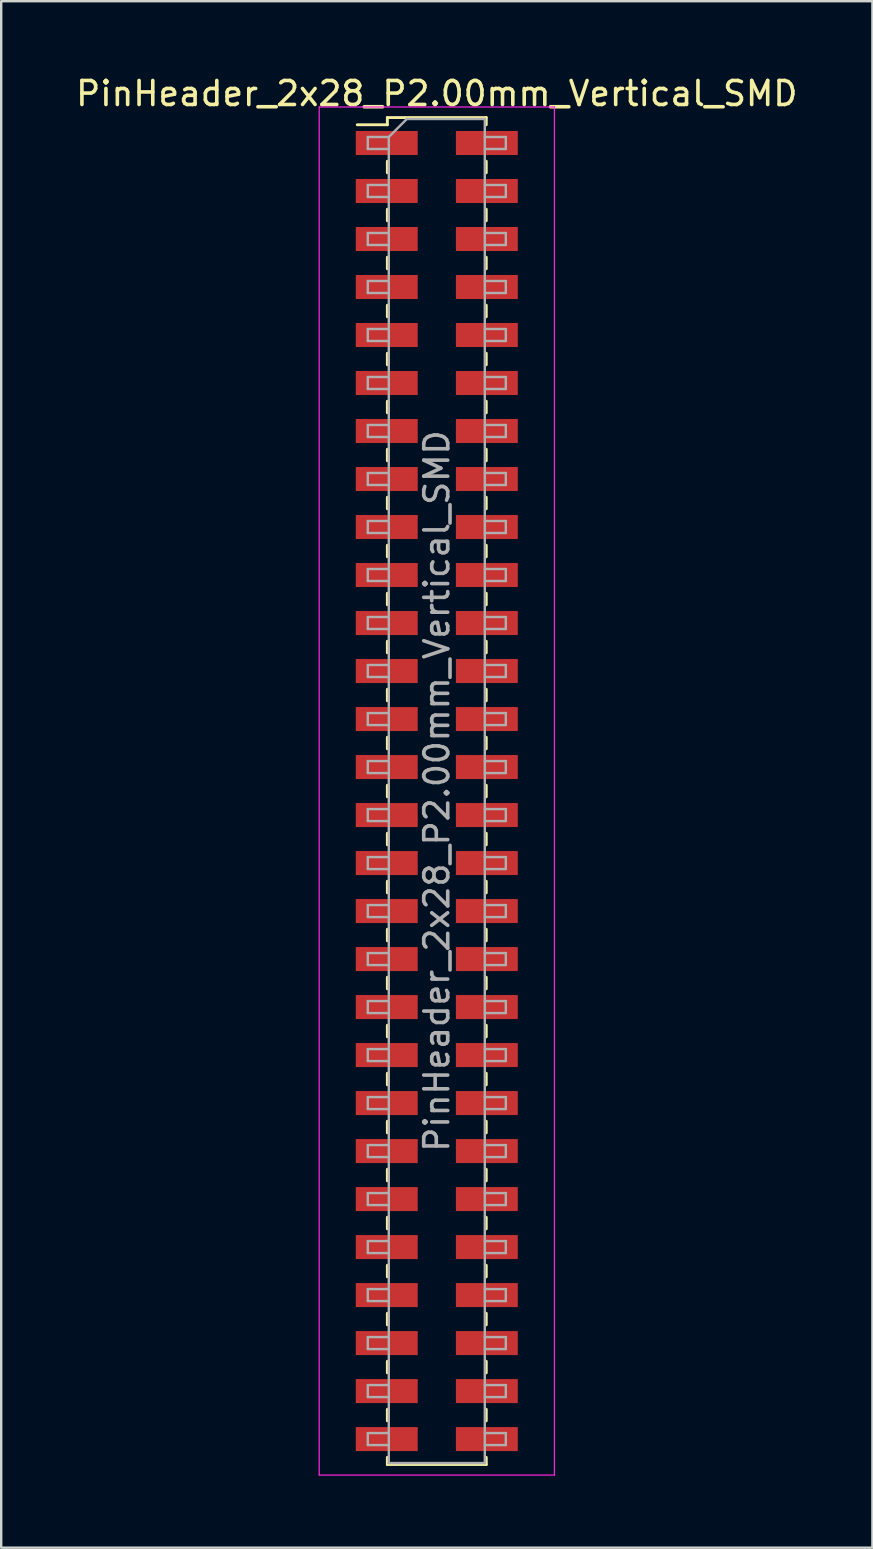
<source format=kicad_pcb>
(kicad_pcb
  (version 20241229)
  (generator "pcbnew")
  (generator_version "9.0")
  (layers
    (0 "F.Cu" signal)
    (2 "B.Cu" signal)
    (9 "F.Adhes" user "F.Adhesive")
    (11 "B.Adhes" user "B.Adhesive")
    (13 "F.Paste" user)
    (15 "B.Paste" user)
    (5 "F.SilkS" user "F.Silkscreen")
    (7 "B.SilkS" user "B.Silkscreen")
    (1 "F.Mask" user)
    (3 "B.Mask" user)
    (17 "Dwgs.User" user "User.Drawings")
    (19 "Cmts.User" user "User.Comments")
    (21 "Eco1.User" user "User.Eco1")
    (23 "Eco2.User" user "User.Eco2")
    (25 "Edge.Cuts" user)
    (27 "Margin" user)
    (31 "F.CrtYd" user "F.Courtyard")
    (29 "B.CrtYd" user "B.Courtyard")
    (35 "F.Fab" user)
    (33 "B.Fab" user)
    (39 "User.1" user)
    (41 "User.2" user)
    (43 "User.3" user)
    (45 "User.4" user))
  (footprint "PinHeader_2x28_P2.00mm_Vertical_SMD"
    (layer "F.Cu")
    (at 15.149 29.908)
    (property "Reference" "PinHeader_2x28_P2.00mm_Vertical_SMD" (at 0 -29.06 0) (layer "F.SilkS") (effects (font (size 1 1) (thickness 0.15))))
    (attr smd)
    (fp_line (start -3.315 -27.76) (end -2.06 -27.76) (stroke (width 0.12) (type solid)) (layer "F.SilkS"))
    (fp_line (start -2.06 -28.06) (end -2.06 -27.76) (stroke (width 0.12) (type solid)) (layer "F.SilkS"))
    (fp_line (start -2.06 -28.06) (end 2.06 -28.06) (stroke (width 0.12) (type solid)) (layer "F.SilkS"))
    (fp_line (start -2.06 -26.24) (end -2.06 -25.76) (stroke (width 0.12) (type solid)) (layer "F.SilkS"))
    (fp_line (start -2.06 -24.24) (end -2.06 -23.76) (stroke (width 0.12) (type solid)) (layer "F.SilkS"))
    (fp_line (start -2.06 -22.24) (end -2.06 -21.76) (stroke (width 0.12) (type solid)) (layer "F.SilkS"))
    (fp_line (start -2.06 -20.24) (end -2.06 -19.76) (stroke (width 0.12) (type solid)) (layer "F.SilkS"))
    (fp_line (start -2.06 -18.24) (end -2.06 -17.76) (stroke (width 0.12) (type solid)) (layer "F.SilkS"))
    (fp_line (start -2.06 -16.24) (end -2.06 -15.76) (stroke (width 0.12) (type solid)) (layer "F.SilkS"))
    (fp_line (start -2.06 -14.24) (end -2.06 -13.76) (stroke (width 0.12) (type solid)) (layer "F.SilkS"))
    (fp_line (start -2.06 -12.24) (end -2.06 -11.76) (stroke (width 0.12) (type solid)) (layer "F.SilkS"))
    (fp_line (start -2.06 -10.24) (end -2.06 -9.76) (stroke (width 0.12) (type solid)) (layer "F.SilkS"))
    (fp_line (start -2.06 -8.24) (end -2.06 -7.76) (stroke (width 0.12) (type solid)) (layer "F.SilkS"))
    (fp_line (start -2.06 -6.24) (end -2.06 -5.76) (stroke (width 0.12) (type solid)) (layer "F.SilkS"))
    (fp_line (start -2.06 -4.24) (end -2.06 -3.76) (stroke (width 0.12) (type solid)) (layer "F.SilkS"))
    (fp_line (start -2.06 -2.24) (end -2.06 -1.76) (stroke (width 0.12) (type solid)) (layer "F.SilkS"))
    (fp_line (start -2.06 -0.24) (end -2.06 0.24) (stroke (width 0.12) (type solid)) (layer "F.SilkS"))
    (fp_line (start -2.06 1.76) (end -2.06 2.24) (stroke (width 0.12) (type solid)) (layer "F.SilkS"))
    (fp_line (start -2.06 3.76) (end -2.06 4.24) (stroke (width 0.12) (type solid)) (layer "F.SilkS"))
    (fp_line (start -2.06 5.76) (end -2.06 6.24) (stroke (width 0.12) (type solid)) (layer "F.SilkS"))
    (fp_line (start -2.06 7.76) (end -2.06 8.24) (stroke (width 0.12) (type solid)) (layer "F.SilkS"))
    (fp_line (start -2.06 9.76) (end -2.06 10.24) (stroke (width 0.12) (type solid)) (layer "F.SilkS"))
    (fp_line (start -2.06 11.76) (end -2.06 12.24) (stroke (width 0.12) (type solid)) (layer "F.SilkS"))
    (fp_line (start -2.06 13.76) (end -2.06 14.24) (stroke (width 0.12) (type solid)) (layer "F.SilkS"))
    (fp_line (start -2.06 15.76) (end -2.06 16.24) (stroke (width 0.12) (type solid)) (layer "F.SilkS"))
    (fp_line (start -2.06 17.76) (end -2.06 18.24) (stroke (width 0.12) (type solid)) (layer "F.SilkS"))
    (fp_line (start -2.06 19.76) (end -2.06 20.24) (stroke (width 0.12) (type solid)) (layer "F.SilkS"))
    (fp_line (start -2.06 21.76) (end -2.06 22.24) (stroke (width 0.12) (type solid)) (layer "F.SilkS"))
    (fp_line (start -2.06 23.76) (end -2.06 24.24) (stroke (width 0.12) (type solid)) (layer "F.SilkS"))
    (fp_line (start -2.06 25.76) (end -2.06 26.24) (stroke (width 0.12) (type solid)) (layer "F.SilkS"))
    (fp_line (start -2.06 27.76) (end -2.06 28.06) (stroke (width 0.12) (type solid)) (layer "F.SilkS"))
    (fp_line (start -2.06 28.06) (end 2.06 28.06) (stroke (width 0.12) (type solid)) (layer "F.SilkS"))
    (fp_line (start 2.06 -28.06) (end 2.06 -27.76) (stroke (width 0.12) (type solid)) (layer "F.SilkS"))
    (fp_line (start 2.06 -26.24) (end 2.06 -25.76) (stroke (width 0.12) (type solid)) (layer "F.SilkS"))
    (fp_line (start 2.06 -24.24) (end 2.06 -23.76) (stroke (width 0.12) (type solid)) (layer "F.SilkS"))
    (fp_line (start 2.06 -22.24) (end 2.06 -21.76) (stroke (width 0.12) (type solid)) (layer "F.SilkS"))
    (fp_line (start 2.06 -20.24) (end 2.06 -19.76) (stroke (width 0.12) (type solid)) (layer "F.SilkS"))
    (fp_line (start 2.06 -18.24) (end 2.06 -17.76) (stroke (width 0.12) (type solid)) (layer "F.SilkS"))
    (fp_line (start 2.06 -16.24) (end 2.06 -15.76) (stroke (width 0.12) (type solid)) (layer "F.SilkS"))
    (fp_line (start 2.06 -14.24) (end 2.06 -13.76) (stroke (width 0.12) (type solid)) (layer "F.SilkS"))
    (fp_line (start 2.06 -12.24) (end 2.06 -11.76) (stroke (width 0.12) (type solid)) (layer "F.SilkS"))
    (fp_line (start 2.06 -10.24) (end 2.06 -9.76) (stroke (width 0.12) (type solid)) (layer "F.SilkS"))
    (fp_line (start 2.06 -8.24) (end 2.06 -7.76) (stroke (width 0.12) (type solid)) (layer "F.SilkS"))
    (fp_line (start 2.06 -6.24) (end 2.06 -5.76) (stroke (width 0.12) (type solid)) (layer "F.SilkS"))
    (fp_line (start 2.06 -4.24) (end 2.06 -3.76) (stroke (width 0.12) (type solid)) (layer "F.SilkS"))
    (fp_line (start 2.06 -2.24) (end 2.06 -1.76) (stroke (width 0.12) (type solid)) (layer "F.SilkS"))
    (fp_line (start 2.06 -0.24) (end 2.06 0.24) (stroke (width 0.12) (type solid)) (layer "F.SilkS"))
    (fp_line (start 2.06 1.76) (end 2.06 2.24) (stroke (width 0.12) (type solid)) (layer "F.SilkS"))
    (fp_line (start 2.06 3.76) (end 2.06 4.24) (stroke (width 0.12) (type solid)) (layer "F.SilkS"))
    (fp_line (start 2.06 5.76) (end 2.06 6.24) (stroke (width 0.12) (type solid)) (layer "F.SilkS"))
    (fp_line (start 2.06 7.76) (end 2.06 8.24) (stroke (width 0.12) (type solid)) (layer "F.SilkS"))
    (fp_line (start 2.06 9.76) (end 2.06 10.24) (stroke (width 0.12) (type solid)) (layer "F.SilkS"))
    (fp_line (start 2.06 11.76) (end 2.06 12.24) (stroke (width 0.12) (type solid)) (layer "F.SilkS"))
    (fp_line (start 2.06 13.76) (end 2.06 14.24) (stroke (width 0.12) (type solid)) (layer "F.SilkS"))
    (fp_line (start 2.06 15.76) (end 2.06 16.24) (stroke (width 0.12) (type solid)) (layer "F.SilkS"))
    (fp_line (start 2.06 17.76) (end 2.06 18.24) (stroke (width 0.12) (type solid)) (layer "F.SilkS"))
    (fp_line (start 2.06 19.76) (end 2.06 20.24) (stroke (width 0.12) (type solid)) (layer "F.SilkS"))
    (fp_line (start 2.06 21.76) (end 2.06 22.24) (stroke (width 0.12) (type solid)) (layer "F.SilkS"))
    (fp_line (start 2.06 23.76) (end 2.06 24.24) (stroke (width 0.12) (type solid)) (layer "F.SilkS"))
    (fp_line (start 2.06 25.76) (end 2.06 26.24) (stroke (width 0.12) (type solid)) (layer "F.SilkS"))
    (fp_line (start 2.06 27.76) (end 2.06 28.06) (stroke (width 0.12) (type solid)) (layer "F.SilkS"))
    (fp_line (start -4.9 -28.5) (end -4.9 28.5) (stroke (width 0.05) (type solid)) (layer "F.CrtYd"))
    (fp_line (start -4.9 28.5) (end 4.9 28.5) (stroke (width 0.05) (type solid)) (layer "F.CrtYd"))
    (fp_line (start 4.9 -28.5) (end -4.9 -28.5) (stroke (width 0.05) (type solid)) (layer "F.CrtYd"))
    (fp_line (start 4.9 28.5) (end 4.9 -28.5) (stroke (width 0.05) (type solid)) (layer "F.CrtYd"))
    (fp_line (start -2.875 -27.25) (end -2.875 -26.75) (stroke (width 0.1) (type solid)) (layer "F.Fab"))
    (fp_line (start -2.875 -26.75) (end -2 -26.75) (stroke (width 0.1) (type solid)) (layer "F.Fab"))
    (fp_line (start -2.875 -25.25) (end -2.875 -24.75) (stroke (width 0.1) (type solid)) (layer "F.Fab"))
    (fp_line (start -2.875 -24.75) (end -2 -24.75) (stroke (width 0.1) (type solid)) (layer "F.Fab"))
    (fp_line (start -2.875 -23.25) (end -2.875 -22.75) (stroke (width 0.1) (type solid)) (layer "F.Fab"))
    (fp_line (start -2.875 -22.75) (end -2 -22.75) (stroke (width 0.1) (type solid)) (layer "F.Fab"))
    (fp_line (start -2.875 -21.25) (end -2.875 -20.75) (stroke (width 0.1) (type solid)) (layer "F.Fab"))
    (fp_line (start -2.875 -20.75) (end -2 -20.75) (stroke (width 0.1) (type solid)) (layer "F.Fab"))
    (fp_line (start -2.875 -19.25) (end -2.875 -18.75) (stroke (width 0.1) (type solid)) (layer "F.Fab"))
    (fp_line (start -2.875 -18.75) (end -2 -18.75) (stroke (width 0.1) (type solid)) (layer "F.Fab"))
    (fp_line (start -2.875 -17.25) (end -2.875 -16.75) (stroke (width 0.1) (type solid)) (layer "F.Fab"))
    (fp_line (start -2.875 -16.75) (end -2 -16.75) (stroke (width 0.1) (type solid)) (layer "F.Fab"))
    (fp_line (start -2.875 -15.25) (end -2.875 -14.75) (stroke (width 0.1) (type solid)) (layer "F.Fab"))
    (fp_line (start -2.875 -14.75) (end -2 -14.75) (stroke (width 0.1) (type solid)) (layer "F.Fab"))
    (fp_line (start -2.875 -13.25) (end -2.875 -12.75) (stroke (width 0.1) (type solid)) (layer "F.Fab"))
    (fp_line (start -2.875 -12.75) (end -2 -12.75) (stroke (width 0.1) (type solid)) (layer "F.Fab"))
    (fp_line (start -2.875 -11.25) (end -2.875 -10.75) (stroke (width 0.1) (type solid)) (layer "F.Fab"))
    (fp_line (start -2.875 -10.75) (end -2 -10.75) (stroke (width 0.1) (type solid)) (layer "F.Fab"))
    (fp_line (start -2.875 -9.25) (end -2.875 -8.75) (stroke (width 0.1) (type solid)) (layer "F.Fab"))
    (fp_line (start -2.875 -8.75) (end -2 -8.75) (stroke (width 0.1) (type solid)) (layer "F.Fab"))
    (fp_line (start -2.875 -7.25) (end -2.875 -6.75) (stroke (width 0.1) (type solid)) (layer "F.Fab"))
    (fp_line (start -2.875 -6.75) (end -2 -6.75) (stroke (width 0.1) (type solid)) (layer "F.Fab"))
    (fp_line (start -2.875 -5.25) (end -2.875 -4.75) (stroke (width 0.1) (type solid)) (layer "F.Fab"))
    (fp_line (start -2.875 -4.75) (end -2 -4.75) (stroke (width 0.1) (type solid)) (layer "F.Fab"))
    (fp_line (start -2.875 -3.25) (end -2.875 -2.75) (stroke (width 0.1) (type solid)) (layer "F.Fab"))
    (fp_line (start -2.875 -2.75) (end -2 -2.75) (stroke (width 0.1) (type solid)) (layer "F.Fab"))
    (fp_line (start -2.875 -1.25) (end -2.875 -0.75) (stroke (width 0.1) (type solid)) (layer "F.Fab"))
    (fp_line (start -2.875 -0.75) (end -2 -0.75) (stroke (width 0.1) (type solid)) (layer "F.Fab"))
    (fp_line (start -2.875 0.75) (end -2.875 1.25) (stroke (width 0.1) (type solid)) (layer "F.Fab"))
    (fp_line (start -2.875 1.25) (end -2 1.25) (stroke (width 0.1) (type solid)) (layer "F.Fab"))
    (fp_line (start -2.875 2.75) (end -2.875 3.25) (stroke (width 0.1) (type solid)) (layer "F.Fab"))
    (fp_line (start -2.875 3.25) (end -2 3.25) (stroke (width 0.1) (type solid)) (layer "F.Fab"))
    (fp_line (start -2.875 4.75) (end -2.875 5.25) (stroke (width 0.1) (type solid)) (layer "F.Fab"))
    (fp_line (start -2.875 5.25) (end -2 5.25) (stroke (width 0.1) (type solid)) (layer "F.Fab"))
    (fp_line (start -2.875 6.75) (end -2.875 7.25) (stroke (width 0.1) (type solid)) (layer "F.Fab"))
    (fp_line (start -2.875 7.25) (end -2 7.25) (stroke (width 0.1) (type solid)) (layer "F.Fab"))
    (fp_line (start -2.875 8.75) (end -2.875 9.25) (stroke (width 0.1) (type solid)) (layer "F.Fab"))
    (fp_line (start -2.875 9.25) (end -2 9.25) (stroke (width 0.1) (type solid)) (layer "F.Fab"))
    (fp_line (start -2.875 10.75) (end -2.875 11.25) (stroke (width 0.1) (type solid)) (layer "F.Fab"))
    (fp_line (start -2.875 11.25) (end -2 11.25) (stroke (width 0.1) (type solid)) (layer "F.Fab"))
    (fp_line (start -2.875 12.75) (end -2.875 13.25) (stroke (width 0.1) (type solid)) (layer "F.Fab"))
    (fp_line (start -2.875 13.25) (end -2 13.25) (stroke (width 0.1) (type solid)) (layer "F.Fab"))
    (fp_line (start -2.875 14.75) (end -2.875 15.25) (stroke (width 0.1) (type solid)) (layer "F.Fab"))
    (fp_line (start -2.875 15.25) (end -2 15.25) (stroke (width 0.1) (type solid)) (layer "F.Fab"))
    (fp_line (start -2.875 16.75) (end -2.875 17.25) (stroke (width 0.1) (type solid)) (layer "F.Fab"))
    (fp_line (start -2.875 17.25) (end -2 17.25) (stroke (width 0.1) (type solid)) (layer "F.Fab"))
    (fp_line (start -2.875 18.75) (end -2.875 19.25) (stroke (width 0.1) (type solid)) (layer "F.Fab"))
    (fp_line (start -2.875 19.25) (end -2 19.25) (stroke (width 0.1) (type solid)) (layer "F.Fab"))
    (fp_line (start -2.875 20.75) (end -2.875 21.25) (stroke (width 0.1) (type solid)) (layer "F.Fab"))
    (fp_line (start -2.875 21.25) (end -2 21.25) (stroke (width 0.1) (type solid)) (layer "F.Fab"))
    (fp_line (start -2.875 22.75) (end -2.875 23.25) (stroke (width 0.1) (type solid)) (layer "F.Fab"))
    (fp_line (start -2.875 23.25) (end -2 23.25) (stroke (width 0.1) (type solid)) (layer "F.Fab"))
    (fp_line (start -2.875 24.75) (end -2.875 25.25) (stroke (width 0.1) (type solid)) (layer "F.Fab"))
    (fp_line (start -2.875 25.25) (end -2 25.25) (stroke (width 0.1) (type solid)) (layer "F.Fab"))
    (fp_line (start -2.875 26.75) (end -2.875 27.25) (stroke (width 0.1) (type solid)) (layer "F.Fab"))
    (fp_line (start -2.875 27.25) (end -2 27.25) (stroke (width 0.1) (type solid)) (layer "F.Fab"))
    (fp_line (start -2 -27.25) (end -2.875 -27.25) (stroke (width 0.1) (type solid)) (layer "F.Fab"))
    (fp_line (start -2 -27.25) (end -1.25 -28) (stroke (width 0.1) (type solid)) (layer "F.Fab"))
    (fp_line (start -2 -25.25) (end -2.875 -25.25) (stroke (width 0.1) (type solid)) (layer "F.Fab"))
    (fp_line (start -2 -23.25) (end -2.875 -23.25) (stroke (width 0.1) (type solid)) (layer "F.Fab"))
    (fp_line (start -2 -21.25) (end -2.875 -21.25) (stroke (width 0.1) (type solid)) (layer "F.Fab"))
    (fp_line (start -2 -19.25) (end -2.875 -19.25) (stroke (width 0.1) (type solid)) (layer "F.Fab"))
    (fp_line (start -2 -17.25) (end -2.875 -17.25) (stroke (width 0.1) (type solid)) (layer "F.Fab"))
    (fp_line (start -2 -15.25) (end -2.875 -15.25) (stroke (width 0.1) (type solid)) (layer "F.Fab"))
    (fp_line (start -2 -13.25) (end -2.875 -13.25) (stroke (width 0.1) (type solid)) (layer "F.Fab"))
    (fp_line (start -2 -11.25) (end -2.875 -11.25) (stroke (width 0.1) (type solid)) (layer "F.Fab"))
    (fp_line (start -2 -9.25) (end -2.875 -9.25) (stroke (width 0.1) (type solid)) (layer "F.Fab"))
    (fp_line (start -2 -7.25) (end -2.875 -7.25) (stroke (width 0.1) (type solid)) (layer "F.Fab"))
    (fp_line (start -2 -5.25) (end -2.875 -5.25) (stroke (width 0.1) (type solid)) (layer "F.Fab"))
    (fp_line (start -2 -3.25) (end -2.875 -3.25) (stroke (width 0.1) (type solid)) (layer "F.Fab"))
    (fp_line (start -2 -1.25) (end -2.875 -1.25) (stroke (width 0.1) (type solid)) (layer "F.Fab"))
    (fp_line (start -2 0.75) (end -2.875 0.75) (stroke (width 0.1) (type solid)) (layer "F.Fab"))
    (fp_line (start -2 2.75) (end -2.875 2.75) (stroke (width 0.1) (type solid)) (layer "F.Fab"))
    (fp_line (start -2 4.75) (end -2.875 4.75) (stroke (width 0.1) (type solid)) (layer "F.Fab"))
    (fp_line (start -2 6.75) (end -2.875 6.75) (stroke (width 0.1) (type solid)) (layer "F.Fab"))
    (fp_line (start -2 8.75) (end -2.875 8.75) (stroke (width 0.1) (type solid)) (layer "F.Fab"))
    (fp_line (start -2 10.75) (end -2.875 10.75) (stroke (width 0.1) (type solid)) (layer "F.Fab"))
    (fp_line (start -2 12.75) (end -2.875 12.75) (stroke (width 0.1) (type solid)) (layer "F.Fab"))
    (fp_line (start -2 14.75) (end -2.875 14.75) (stroke (width 0.1) (type solid)) (layer "F.Fab"))
    (fp_line (start -2 16.75) (end -2.875 16.75) (stroke (width 0.1) (type solid)) (layer "F.Fab"))
    (fp_line (start -2 18.75) (end -2.875 18.75) (stroke (width 0.1) (type solid)) (layer "F.Fab"))
    (fp_line (start -2 20.75) (end -2.875 20.75) (stroke (width 0.1) (type solid)) (layer "F.Fab"))
    (fp_line (start -2 22.75) (end -2.875 22.75) (stroke (width 0.1) (type solid)) (layer "F.Fab"))
    (fp_line (start -2 24.75) (end -2.875 24.75) (stroke (width 0.1) (type solid)) (layer "F.Fab"))
    (fp_line (start -2 26.75) (end -2.875 26.75) (stroke (width 0.1) (type solid)) (layer "F.Fab"))
    (fp_line (start -2 28) (end -2 -27.25) (stroke (width 0.1) (type solid)) (layer "F.Fab"))
    (fp_line (start -1.25 -28) (end 2 -28) (stroke (width 0.1) (type solid)) (layer "F.Fab"))
    (fp_line (start 2 -28) (end 2 28) (stroke (width 0.1) (type solid)) (layer "F.Fab"))
    (fp_line (start 2 -27.25) (end 2.875 -27.25) (stroke (width 0.1) (type solid)) (layer "F.Fab"))
    (fp_line (start 2 -25.25) (end 2.875 -25.25) (stroke (width 0.1) (type solid)) (layer "F.Fab"))
    (fp_line (start 2 -23.25) (end 2.875 -23.25) (stroke (width 0.1) (type solid)) (layer "F.Fab"))
    (fp_line (start 2 -21.25) (end 2.875 -21.25) (stroke (width 0.1) (type solid)) (layer "F.Fab"))
    (fp_line (start 2 -19.25) (end 2.875 -19.25) (stroke (width 0.1) (type solid)) (layer "F.Fab"))
    (fp_line (start 2 -17.25) (end 2.875 -17.25) (stroke (width 0.1) (type solid)) (layer "F.Fab"))
    (fp_line (start 2 -15.25) (end 2.875 -15.25) (stroke (width 0.1) (type solid)) (layer "F.Fab"))
    (fp_line (start 2 -13.25) (end 2.875 -13.25) (stroke (width 0.1) (type solid)) (layer "F.Fab"))
    (fp_line (start 2 -11.25) (end 2.875 -11.25) (stroke (width 0.1) (type solid)) (layer "F.Fab"))
    (fp_line (start 2 -9.25) (end 2.875 -9.25) (stroke (width 0.1) (type solid)) (layer "F.Fab"))
    (fp_line (start 2 -7.25) (end 2.875 -7.25) (stroke (width 0.1) (type solid)) (layer "F.Fab"))
    (fp_line (start 2 -5.25) (end 2.875 -5.25) (stroke (width 0.1) (type solid)) (layer "F.Fab"))
    (fp_line (start 2 -3.25) (end 2.875 -3.25) (stroke (width 0.1) (type solid)) (layer "F.Fab"))
    (fp_line (start 2 -1.25) (end 2.875 -1.25) (stroke (width 0.1) (type solid)) (layer "F.Fab"))
    (fp_line (start 2 0.75) (end 2.875 0.75) (stroke (width 0.1) (type solid)) (layer "F.Fab"))
    (fp_line (start 2 2.75) (end 2.875 2.75) (stroke (width 0.1) (type solid)) (layer "F.Fab"))
    (fp_line (start 2 4.75) (end 2.875 4.75) (stroke (width 0.1) (type solid)) (layer "F.Fab"))
    (fp_line (start 2 6.75) (end 2.875 6.75) (stroke (width 0.1) (type solid)) (layer "F.Fab"))
    (fp_line (start 2 8.75) (end 2.875 8.75) (stroke (width 0.1) (type solid)) (layer "F.Fab"))
    (fp_line (start 2 10.75) (end 2.875 10.75) (stroke (width 0.1) (type solid)) (layer "F.Fab"))
    (fp_line (start 2 12.75) (end 2.875 12.75) (stroke (width 0.1) (type solid)) (layer "F.Fab"))
    (fp_line (start 2 14.75) (end 2.875 14.75) (stroke (width 0.1) (type solid)) (layer "F.Fab"))
    (fp_line (start 2 16.75) (end 2.875 16.75) (stroke (width 0.1) (type solid)) (layer "F.Fab"))
    (fp_line (start 2 18.75) (end 2.875 18.75) (stroke (width 0.1) (type solid)) (layer "F.Fab"))
    (fp_line (start 2 20.75) (end 2.875 20.75) (stroke (width 0.1) (type solid)) (layer "F.Fab"))
    (fp_line (start 2 22.75) (end 2.875 22.75) (stroke (width 0.1) (type solid)) (layer "F.Fab"))
    (fp_line (start 2 24.75) (end 2.875 24.75) (stroke (width 0.1) (type solid)) (layer "F.Fab"))
    (fp_line (start 2 26.75) (end 2.875 26.75) (stroke (width 0.1) (type solid)) (layer "F.Fab"))
    (fp_line (start 2 28) (end -2 28) (stroke (width 0.1) (type solid)) (layer "F.Fab"))
    (fp_line (start 2.875 -27.25) (end 2.875 -26.75) (stroke (width 0.1) (type solid)) (layer "F.Fab"))
    (fp_line (start 2.875 -26.75) (end 2 -26.75) (stroke (width 0.1) (type solid)) (layer "F.Fab"))
    (fp_line (start 2.875 -25.25) (end 2.875 -24.75) (stroke (width 0.1) (type solid)) (layer "F.Fab"))
    (fp_line (start 2.875 -24.75) (end 2 -24.75) (stroke (width 0.1) (type solid)) (layer "F.Fab"))
    (fp_line (start 2.875 -23.25) (end 2.875 -22.75) (stroke (width 0.1) (type solid)) (layer "F.Fab"))
    (fp_line (start 2.875 -22.75) (end 2 -22.75) (stroke (width 0.1) (type solid)) (layer "F.Fab"))
    (fp_line (start 2.875 -21.25) (end 2.875 -20.75) (stroke (width 0.1) (type solid)) (layer "F.Fab"))
    (fp_line (start 2.875 -20.75) (end 2 -20.75) (stroke (width 0.1) (type solid)) (layer "F.Fab"))
    (fp_line (start 2.875 -19.25) (end 2.875 -18.75) (stroke (width 0.1) (type solid)) (layer "F.Fab"))
    (fp_line (start 2.875 -18.75) (end 2 -18.75) (stroke (width 0.1) (type solid)) (layer "F.Fab"))
    (fp_line (start 2.875 -17.25) (end 2.875 -16.75) (stroke (width 0.1) (type solid)) (layer "F.Fab"))
    (fp_line (start 2.875 -16.75) (end 2 -16.75) (stroke (width 0.1) (type solid)) (layer "F.Fab"))
    (fp_line (start 2.875 -15.25) (end 2.875 -14.75) (stroke (width 0.1) (type solid)) (layer "F.Fab"))
    (fp_line (start 2.875 -14.75) (end 2 -14.75) (stroke (width 0.1) (type solid)) (layer "F.Fab"))
    (fp_line (start 2.875 -13.25) (end 2.875 -12.75) (stroke (width 0.1) (type solid)) (layer "F.Fab"))
    (fp_line (start 2.875 -12.75) (end 2 -12.75) (stroke (width 0.1) (type solid)) (layer "F.Fab"))
    (fp_line (start 2.875 -11.25) (end 2.875 -10.75) (stroke (width 0.1) (type solid)) (layer "F.Fab"))
    (fp_line (start 2.875 -10.75) (end 2 -10.75) (stroke (width 0.1) (type solid)) (layer "F.Fab"))
    (fp_line (start 2.875 -9.25) (end 2.875 -8.75) (stroke (width 0.1) (type solid)) (layer "F.Fab"))
    (fp_line (start 2.875 -8.75) (end 2 -8.75) (stroke (width 0.1) (type solid)) (layer "F.Fab"))
    (fp_line (start 2.875 -7.25) (end 2.875 -6.75) (stroke (width 0.1) (type solid)) (layer "F.Fab"))
    (fp_line (start 2.875 -6.75) (end 2 -6.75) (stroke (width 0.1) (type solid)) (layer "F.Fab"))
    (fp_line (start 2.875 -5.25) (end 2.875 -4.75) (stroke (width 0.1) (type solid)) (layer "F.Fab"))
    (fp_line (start 2.875 -4.75) (end 2 -4.75) (stroke (width 0.1) (type solid)) (layer "F.Fab"))
    (fp_line (start 2.875 -3.25) (end 2.875 -2.75) (stroke (width 0.1) (type solid)) (layer "F.Fab"))
    (fp_line (start 2.875 -2.75) (end 2 -2.75) (stroke (width 0.1) (type solid)) (layer "F.Fab"))
    (fp_line (start 2.875 -1.25) (end 2.875 -0.75) (stroke (width 0.1) (type solid)) (layer "F.Fab"))
    (fp_line (start 2.875 -0.75) (end 2 -0.75) (stroke (width 0.1) (type solid)) (layer "F.Fab"))
    (fp_line (start 2.875 0.75) (end 2.875 1.25) (stroke (width 0.1) (type solid)) (layer "F.Fab"))
    (fp_line (start 2.875 1.25) (end 2 1.25) (stroke (width 0.1) (type solid)) (layer "F.Fab"))
    (fp_line (start 2.875 2.75) (end 2.875 3.25) (stroke (width 0.1) (type solid)) (layer "F.Fab"))
    (fp_line (start 2.875 3.25) (end 2 3.25) (stroke (width 0.1) (type solid)) (layer "F.Fab"))
    (fp_line (start 2.875 4.75) (end 2.875 5.25) (stroke (width 0.1) (type solid)) (layer "F.Fab"))
    (fp_line (start 2.875 5.25) (end 2 5.25) (stroke (width 0.1) (type solid)) (layer "F.Fab"))
    (fp_line (start 2.875 6.75) (end 2.875 7.25) (stroke (width 0.1) (type solid)) (layer "F.Fab"))
    (fp_line (start 2.875 7.25) (end 2 7.25) (stroke (width 0.1) (type solid)) (layer "F.Fab"))
    (fp_line (start 2.875 8.75) (end 2.875 9.25) (stroke (width 0.1) (type solid)) (layer "F.Fab"))
    (fp_line (start 2.875 9.25) (end 2 9.25) (stroke (width 0.1) (type solid)) (layer "F.Fab"))
    (fp_line (start 2.875 10.75) (end 2.875 11.25) (stroke (width 0.1) (type solid)) (layer "F.Fab"))
    (fp_line (start 2.875 11.25) (end 2 11.25) (stroke (width 0.1) (type solid)) (layer "F.Fab"))
    (fp_line (start 2.875 12.75) (end 2.875 13.25) (stroke (width 0.1) (type solid)) (layer "F.Fab"))
    (fp_line (start 2.875 13.25) (end 2 13.25) (stroke (width 0.1) (type solid)) (layer "F.Fab"))
    (fp_line (start 2.875 14.75) (end 2.875 15.25) (stroke (width 0.1) (type solid)) (layer "F.Fab"))
    (fp_line (start 2.875 15.25) (end 2 15.25) (stroke (width 0.1) (type solid)) (layer "F.Fab"))
    (fp_line (start 2.875 16.75) (end 2.875 17.25) (stroke (width 0.1) (type solid)) (layer "F.Fab"))
    (fp_line (start 2.875 17.25) (end 2 17.25) (stroke (width 0.1) (type solid)) (layer "F.Fab"))
    (fp_line (start 2.875 18.75) (end 2.875 19.25) (stroke (width 0.1) (type solid)) (layer "F.Fab"))
    (fp_line (start 2.875 19.25) (end 2 19.25) (stroke (width 0.1) (type solid)) (layer "F.Fab"))
    (fp_line (start 2.875 20.75) (end 2.875 21.25) (stroke (width 0.1) (type solid)) (layer "F.Fab"))
    (fp_line (start 2.875 21.25) (end 2 21.25) (stroke (width 0.1) (type solid)) (layer "F.Fab"))
    (fp_line (start 2.875 22.75) (end 2.875 23.25) (stroke (width 0.1) (type solid)) (layer "F.Fab"))
    (fp_line (start 2.875 23.25) (end 2 23.25) (stroke (width 0.1) (type solid)) (layer "F.Fab"))
    (fp_line (start 2.875 24.75) (end 2.875 25.25) (stroke (width 0.1) (type solid)) (layer "F.Fab"))
    (fp_line (start 2.875 25.25) (end 2 25.25) (stroke (width 0.1) (type solid)) (layer "F.Fab"))
    (fp_line (start 2.875 26.75) (end 2.875 27.25) (stroke (width 0.1) (type solid)) (layer "F.Fab"))
    (fp_line (start 2.875 27.25) (end 2 27.25) (stroke (width 0.1) (type solid)) (layer "F.Fab"))
    (fp_text user "${REFERENCE}" (at 0 0 90) (layer "F.Fab") (effects (font (size 1 1) (thickness 0.15))))
    (pad "1" smd rect (at -2.085 -27) (size 2.58 1) (layers "F.Cu" "F.Mask" "F.Paste"))
    (pad "2" smd rect (at 2.085 -27) (size 2.58 1) (layers "F.Cu" "F.Mask" "F.Paste"))
    (pad "3" smd rect (at -2.085 -25) (size 2.58 1) (layers "F.Cu" "F.Mask" "F.Paste"))
    (pad "4" smd rect (at 2.085 -25) (size 2.58 1) (layers "F.Cu" "F.Mask" "F.Paste"))
    (pad "5" smd rect (at -2.085 -23) (size 2.58 1) (layers "F.Cu" "F.Mask" "F.Paste"))
    (pad "6" smd rect (at 2.085 -23) (size 2.58 1) (layers "F.Cu" "F.Mask" "F.Paste"))
    (pad "7" smd rect (at -2.085 -21) (size 2.58 1) (layers "F.Cu" "F.Mask" "F.Paste"))
    (pad "8" smd rect (at 2.085 -21) (size 2.58 1) (layers "F.Cu" "F.Mask" "F.Paste"))
    (pad "9" smd rect (at -2.085 -19) (size 2.58 1) (layers "F.Cu" "F.Mask" "F.Paste"))
    (pad "10" smd rect (at 2.085 -19) (size 2.58 1) (layers "F.Cu" "F.Mask" "F.Paste"))
    (pad "11" smd rect (at -2.085 -17) (size 2.58 1) (layers "F.Cu" "F.Mask" "F.Paste"))
    (pad "12" smd rect (at 2.085 -17) (size 2.58 1) (layers "F.Cu" "F.Mask" "F.Paste"))
    (pad "13" smd rect (at -2.085 -15) (size 2.58 1) (layers "F.Cu" "F.Mask" "F.Paste"))
    (pad "14" smd rect (at 2.085 -15) (size 2.58 1) (layers "F.Cu" "F.Mask" "F.Paste"))
    (pad "15" smd rect (at -2.085 -13) (size 2.58 1) (layers "F.Cu" "F.Mask" "F.Paste"))
    (pad "16" smd rect (at 2.085 -13) (size 2.58 1) (layers "F.Cu" "F.Mask" "F.Paste"))
    (pad "17" smd rect (at -2.085 -11) (size 2.58 1) (layers "F.Cu" "F.Mask" "F.Paste"))
    (pad "18" smd rect (at 2.085 -11) (size 2.58 1) (layers "F.Cu" "F.Mask" "F.Paste"))
    (pad "19" smd rect (at -2.085 -9) (size 2.58 1) (layers "F.Cu" "F.Mask" "F.Paste"))
    (pad "20" smd rect (at 2.085 -9) (size 2.58 1) (layers "F.Cu" "F.Mask" "F.Paste"))
    (pad "21" smd rect (at -2.085 -7) (size 2.58 1) (layers "F.Cu" "F.Mask" "F.Paste"))
    (pad "22" smd rect (at 2.085 -7) (size 2.58 1) (layers "F.Cu" "F.Mask" "F.Paste"))
    (pad "23" smd rect (at -2.085 -5) (size 2.58 1) (layers "F.Cu" "F.Mask" "F.Paste"))
    (pad "24" smd rect (at 2.085 -5) (size 2.58 1) (layers "F.Cu" "F.Mask" "F.Paste"))
    (pad "25" smd rect (at -2.085 -3) (size 2.58 1) (layers "F.Cu" "F.Mask" "F.Paste"))
    (pad "26" smd rect (at 2.085 -3) (size 2.58 1) (layers "F.Cu" "F.Mask" "F.Paste"))
    (pad "27" smd rect (at -2.085 -1) (size 2.58 1) (layers "F.Cu" "F.Mask" "F.Paste"))
    (pad "28" smd rect (at 2.085 -1) (size 2.58 1) (layers "F.Cu" "F.Mask" "F.Paste"))
    (pad "29" smd rect (at -2.085 1) (size 2.58 1) (layers "F.Cu" "F.Mask" "F.Paste"))
    (pad "30" smd rect (at 2.085 1) (size 2.58 1) (layers "F.Cu" "F.Mask" "F.Paste"))
    (pad "31" smd rect (at -2.085 3) (size 2.58 1) (layers "F.Cu" "F.Mask" "F.Paste"))
    (pad "32" smd rect (at 2.085 3) (size 2.58 1) (layers "F.Cu" "F.Mask" "F.Paste"))
    (pad "33" smd rect (at -2.085 5) (size 2.58 1) (layers "F.Cu" "F.Mask" "F.Paste"))
    (pad "34" smd rect (at 2.085 5) (size 2.58 1) (layers "F.Cu" "F.Mask" "F.Paste"))
    (pad "35" smd rect (at -2.085 7) (size 2.58 1) (layers "F.Cu" "F.Mask" "F.Paste"))
    (pad "36" smd rect (at 2.085 7) (size 2.58 1) (layers "F.Cu" "F.Mask" "F.Paste"))
    (pad "37" smd rect (at -2.085 9) (size 2.58 1) (layers "F.Cu" "F.Mask" "F.Paste"))
    (pad "38" smd rect (at 2.085 9) (size 2.58 1) (layers "F.Cu" "F.Mask" "F.Paste"))
    (pad "39" smd rect (at -2.085 11) (size 2.58 1) (layers "F.Cu" "F.Mask" "F.Paste"))
    (pad "40" smd rect (at 2.085 11) (size 2.58 1) (layers "F.Cu" "F.Mask" "F.Paste"))
    (pad "41" smd rect (at -2.085 13) (size 2.58 1) (layers "F.Cu" "F.Mask" "F.Paste"))
    (pad "42" smd rect (at 2.085 13) (size 2.58 1) (layers "F.Cu" "F.Mask" "F.Paste"))
    (pad "43" smd rect (at -2.085 15) (size 2.58 1) (layers "F.Cu" "F.Mask" "F.Paste"))
    (pad "44" smd rect (at 2.085 15) (size 2.58 1) (layers "F.Cu" "F.Mask" "F.Paste"))
    (pad "45" smd rect (at -2.085 17) (size 2.58 1) (layers "F.Cu" "F.Mask" "F.Paste"))
    (pad "46" smd rect (at 2.085 17) (size 2.58 1) (layers "F.Cu" "F.Mask" "F.Paste"))
    (pad "47" smd rect (at -2.085 19) (size 2.58 1) (layers "F.Cu" "F.Mask" "F.Paste"))
    (pad "48" smd rect (at 2.085 19) (size 2.58 1) (layers "F.Cu" "F.Mask" "F.Paste"))
    (pad "49" smd rect (at -2.085 21) (size 2.58 1) (layers "F.Cu" "F.Mask" "F.Paste"))
    (pad "50" smd rect (at 2.085 21) (size 2.58 1) (layers "F.Cu" "F.Mask" "F.Paste"))
    (pad "51" smd rect (at -2.085 23) (size 2.58 1) (layers "F.Cu" "F.Mask" "F.Paste"))
    (pad "52" smd rect (at 2.085 23) (size 2.58 1) (layers "F.Cu" "F.Mask" "F.Paste"))
    (pad "53" smd rect (at -2.085 25) (size 2.58 1) (layers "F.Cu" "F.Mask" "F.Paste"))
    (pad "54" smd rect (at 2.085 25) (size 2.58 1) (layers "F.Cu" "F.Mask" "F.Paste"))
    (pad "55" smd rect (at -2.085 27) (size 2.58 1) (layers "F.Cu" "F.Mask" "F.Paste"))
    (pad "56" smd rect (at 2.085 27) (size 2.58 1) (layers "F.Cu" "F.Mask" "F.Paste")))
  (gr_rect
    (start -3 -3)
    (end 33.298 61.433)
    (stroke (width 0.1) (type default))
    (fill no)
    (layer "Edge.Cuts")))
</source>
